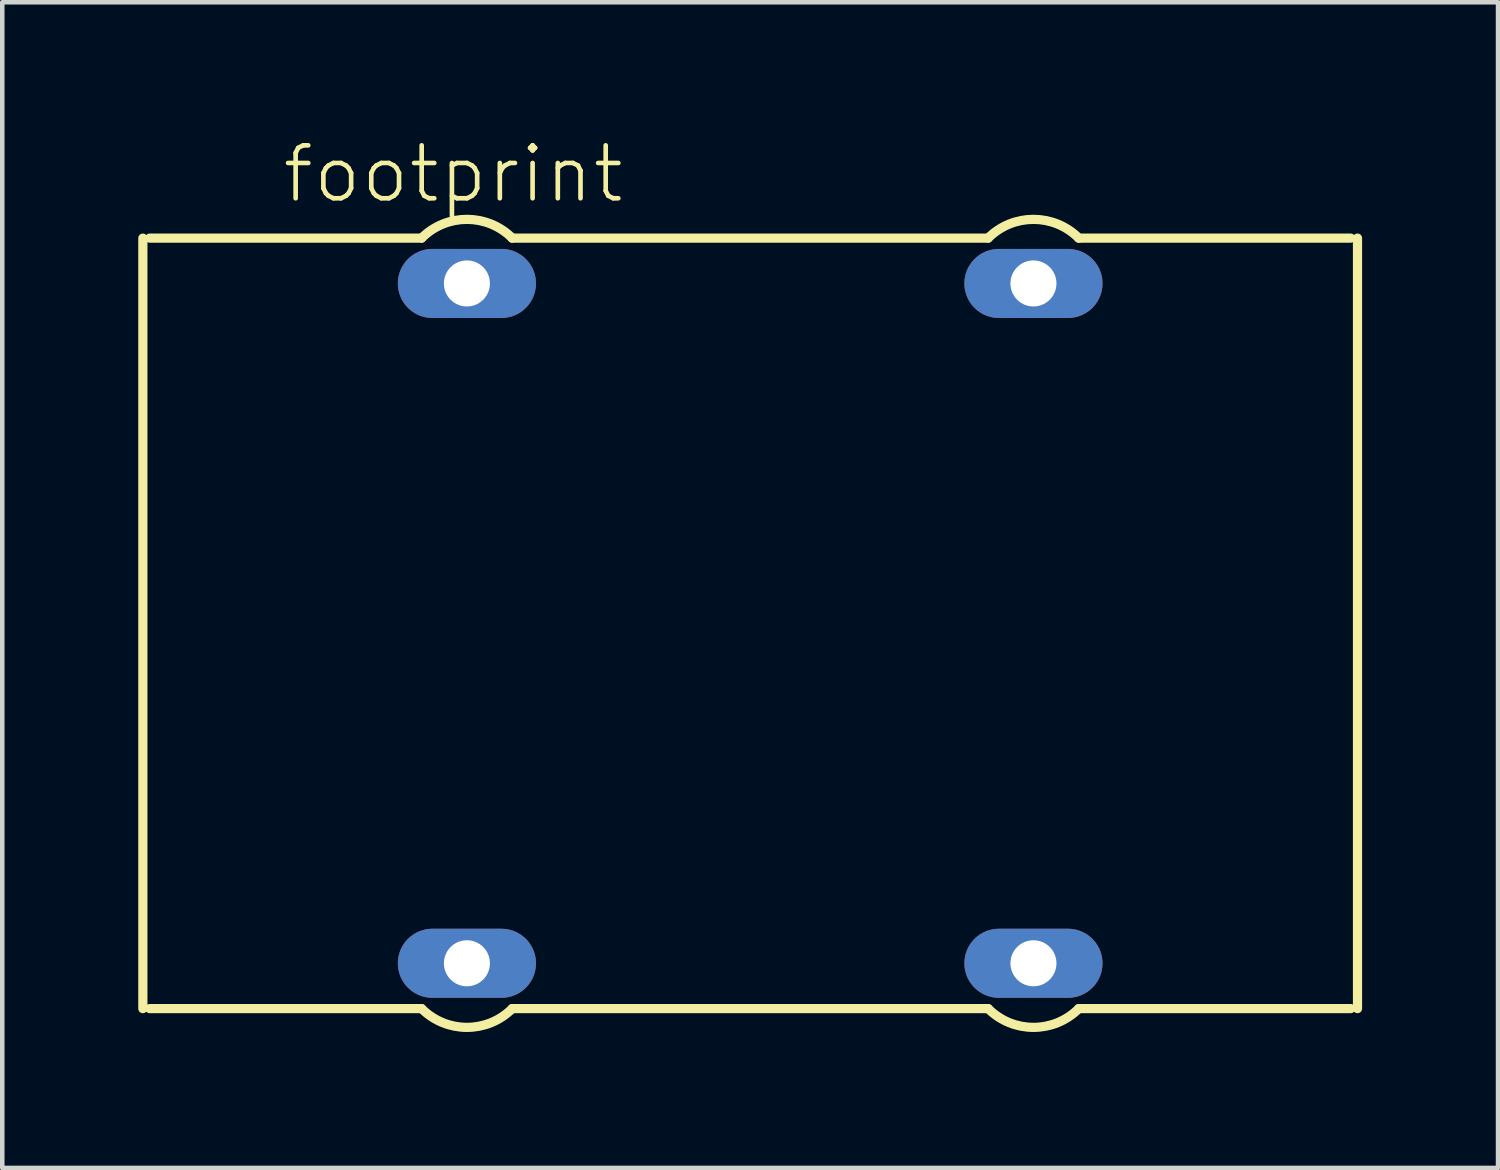
<source format=kicad_pcb>
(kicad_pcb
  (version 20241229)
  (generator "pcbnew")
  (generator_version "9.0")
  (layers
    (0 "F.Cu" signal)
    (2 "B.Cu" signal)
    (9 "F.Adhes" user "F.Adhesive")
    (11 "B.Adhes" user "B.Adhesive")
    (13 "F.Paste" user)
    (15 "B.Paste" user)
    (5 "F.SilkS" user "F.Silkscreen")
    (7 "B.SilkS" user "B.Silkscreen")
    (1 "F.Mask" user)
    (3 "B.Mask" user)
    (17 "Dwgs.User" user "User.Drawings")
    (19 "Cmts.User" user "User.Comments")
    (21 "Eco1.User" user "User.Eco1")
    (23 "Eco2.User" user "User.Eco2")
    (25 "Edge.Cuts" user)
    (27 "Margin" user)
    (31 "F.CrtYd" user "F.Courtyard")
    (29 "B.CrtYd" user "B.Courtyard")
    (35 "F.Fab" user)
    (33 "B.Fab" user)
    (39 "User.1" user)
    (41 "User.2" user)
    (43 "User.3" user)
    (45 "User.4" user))
  (footprint "footprint"
    (layer "F.Cu")
    (at 13.502 10.704)
    (property "Reference" "footprint" (at -10.374 -9.231 0) (layer "F.SilkS") (effects (font (size 1.168 1.168) (thickness 0.102)) (justify left bottom)))
    (fp_line (start -13.4 8.5) (end -13.4 -8.5) (stroke (width 0.203) (type solid)) (layer "F.SilkS"))
    (fp_line (start -13.25 -8.5) (end -7.25 -8.5) (stroke (width 0.203) (type solid)) (layer "F.SilkS"))
    (fp_line (start -7.25 8.5) (end -13.25 8.5) (stroke (width 0.203) (type solid)) (layer "F.SilkS"))
    (fp_line (start -5.25 -8.5) (end 5.25 -8.5) (stroke (width 0.203) (type solid)) (layer "F.SilkS"))
    (fp_line (start 5.25 8.5) (end -5.25 8.5) (stroke (width 0.203) (type solid)) (layer "F.SilkS"))
    (fp_line (start 7.25 -8.5) (end 13.25 -8.5) (stroke (width 0.203) (type solid)) (layer "F.SilkS"))
    (fp_line (start 13.25 8.5) (end 7.25 8.5) (stroke (width 0.203) (type solid)) (layer "F.SilkS"))
    (fp_line (start 13.4 -8.5) (end 13.4 8.5) (stroke (width 0.203) (type solid)) (layer "F.SilkS"))
    (fp_arc (start -7.25 -8.5) (mid -6.25 -8.914214) (end -5.25 -8.5) (stroke (width 0.2032) (type solid)) (layer "F.SilkS"))
    (fp_arc (start -5.25 8.5) (mid -6.25 8.914214) (end -7.25 8.5) (stroke (width 0.2032) (type solid)) (layer "F.SilkS"))
    (fp_arc (start 5.25 -8.5) (mid 6.25 -8.914214) (end 7.25 -8.5) (stroke (width 0.2032) (type solid)) (layer "F.SilkS"))
    (fp_arc (start 7.25 8.5) (mid 6.25 8.914214) (end 5.25 8.5) (stroke (width 0.2032) (type solid)) (layer "F.SilkS"))
    (pad "1" thru_hole oval (at -6.25 -7.5) (size 3.048 1.524) (drill 1.016) (layers "*.Cu" "*.Mask"))
    (pad "2" thru_hole oval (at -6.25 7.5) (size 3.048 1.524) (drill 1.016) (layers "*.Cu" "*.Mask"))
    (pad "3" thru_hole oval (at 6.25 7.5) (size 3.048 1.524) (drill 1.016) (layers "*.Cu" "*.Mask"))
    (pad "4" thru_hole oval (at 6.25 -7.5) (size 3.048 1.524) (drill 1.016) (layers "*.Cu" "*.Mask")))
  (gr_rect
    (start -3 -3)
    (end 30.003 22.72)
    (stroke (width 0.1) (type default))
    (fill no)
    (layer "Edge.Cuts")))
</source>
